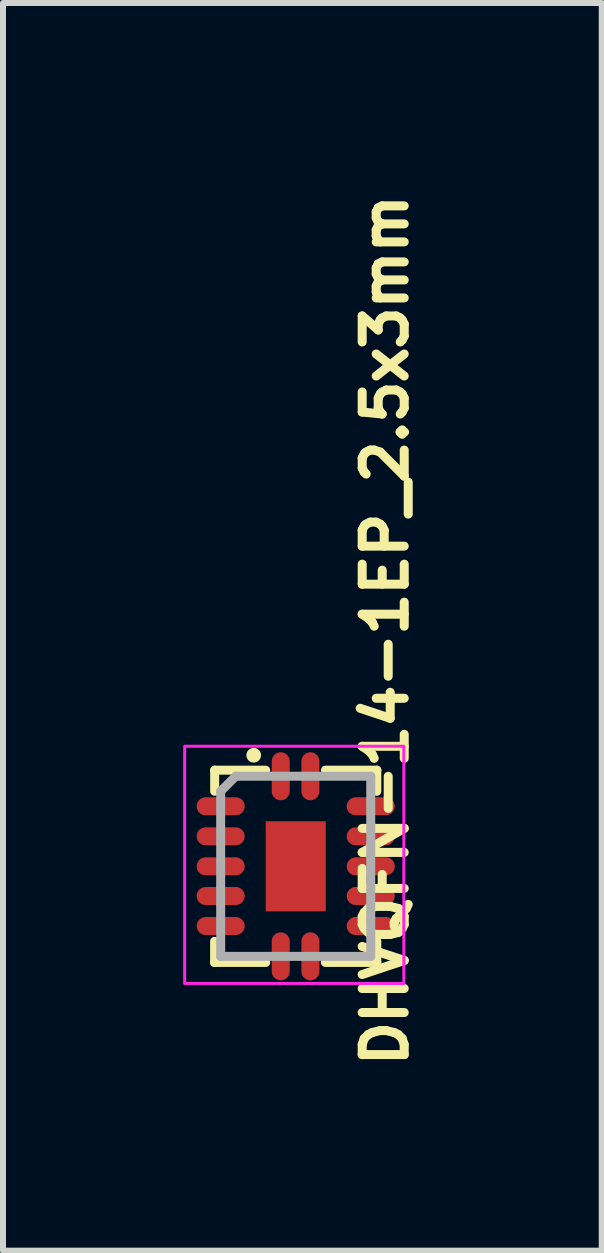
<source format=kicad_pcb>
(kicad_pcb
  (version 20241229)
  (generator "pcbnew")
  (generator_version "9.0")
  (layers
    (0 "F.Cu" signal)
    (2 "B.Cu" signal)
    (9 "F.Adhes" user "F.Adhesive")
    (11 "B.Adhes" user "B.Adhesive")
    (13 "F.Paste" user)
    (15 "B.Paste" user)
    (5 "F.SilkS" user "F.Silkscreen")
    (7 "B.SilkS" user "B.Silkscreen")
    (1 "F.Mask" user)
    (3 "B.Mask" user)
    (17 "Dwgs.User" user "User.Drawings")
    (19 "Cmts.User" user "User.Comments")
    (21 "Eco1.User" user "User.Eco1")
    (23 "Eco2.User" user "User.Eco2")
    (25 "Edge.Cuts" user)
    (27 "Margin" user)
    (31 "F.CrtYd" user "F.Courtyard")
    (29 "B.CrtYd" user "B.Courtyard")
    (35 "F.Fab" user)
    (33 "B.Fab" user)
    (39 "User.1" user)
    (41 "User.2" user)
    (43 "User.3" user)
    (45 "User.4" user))
  (footprint "DHVQFN-14-1EP_2.5x3mm"
    (layer "F.Cu")
    (at 1.875 11.377)
    (property "Reference" "DHVQFN-14-1EP_2.5x3mm" (at 1.9 3.4 90) (layer "F.SilkS") (effects (font (size 0.7 0.7) (thickness 0.15)) (justify left bottom)))
    (attr smd)
    (fp_line (start -1.351 -1.601) (end -0.5 -1.601) (stroke (width 0.15) (type solid)) (layer "F.SilkS"))
    (fp_line (start -1.351 1.6) (end -1.351 1.249) (stroke (width 0.15) (type solid)) (layer "F.SilkS"))
    (fp_line (start -1.351 1.6) (end -0.5 1.6) (stroke (width 0.15) (type solid)) (layer "F.SilkS"))
    (fp_line (start -1.35 -1.601) (end -1.35 -1.25) (stroke (width 0.15) (type solid)) (layer "F.SilkS"))
    (fp_line (start 0.494 1.6) (end 1.35 1.6) (stroke (width 0.15) (type solid)) (layer "F.SilkS"))
    (fp_line (start 1.35 -1.601) (end 0.494 -1.601) (stroke (width 0.15) (type solid)) (layer "F.SilkS"))
    (fp_line (start 1.35 -1.601) (end 1.35 -1.25) (stroke (width 0.15) (type solid)) (layer "F.SilkS"))
    (fp_line (start 1.35 1.6) (end 1.35 1.249) (stroke (width 0.15) (type solid)) (layer "F.SilkS"))
    (fp_circle (center -0.7 -1.85) (end -0.653 -1.85) (stroke (width 0.15) (type solid)) (fill yes) (layer "F.SilkS"))
    (fp_rect (start -1.85 -2) (end 1.8 1.95) (stroke (width 0.05) (type solid)) (fill no) (layer "F.CrtYd"))
    (fp_line (start -1.25 -1.25) (end -1 -1.5) (stroke (width 0.15) (type solid)) (layer "F.Fab"))
    (fp_line (start -1.25 1.499) (end -1.25 -1.25) (stroke (width 0.15) (type solid)) (layer "F.Fab"))
    (fp_line (start -1 -1.5) (end 1.249 -1.5) (stroke (width 0.15) (type solid)) (layer "F.Fab"))
    (fp_line (start 1.249 -1.5) (end 1.249 1.499) (stroke (width 0.15) (type solid)) (layer "F.Fab"))
    (fp_line (start 1.249 1.499) (end -1.25 1.499) (stroke (width 0.15) (type solid)) (layer "F.Fab"))
    (fp_rect (start -1.252 -1.502) (end 1.249 1.499) (stroke (width 0.1) (type solid)) (fill no) (layer "User.5"))
    (fp_line (start -1.252 -1.125) (end -1.25 -1.125) (stroke (width 0.02) (type solid)) (layer "User.9"))
    (fp_line (start -1.252 -0.875) (end -1.252 -1.125) (stroke (width 0.02) (type solid)) (layer "User.9"))
    (fp_line (start -1.252 -0.625) (end -1.25 -0.625) (stroke (width 0.02) (type solid)) (layer "User.9"))
    (fp_line (start -1.252 -0.375) (end -1.252 -0.625) (stroke (width 0.02) (type solid)) (layer "User.9"))
    (fp_line (start -1.252 -0.125) (end -1.25 -0.125) (stroke (width 0.02) (type solid)) (layer "User.9"))
    (fp_line (start -1.252 0.123) (end -1.252 -0.125) (stroke (width 0.02) (type solid)) (layer "User.9"))
    (fp_line (start -1.252 0.373) (end -1.25 0.373) (stroke (width 0.02) (type solid)) (layer "User.9"))
    (fp_line (start -1.252 0.623) (end -1.252 0.373) (stroke (width 0.02) (type solid)) (layer "User.9"))
    (fp_line (start -1.252 0.873) (end -1.25 0.873) (stroke (width 0.02) (type solid)) (layer "User.9"))
    (fp_line (start -1.252 1.124) (end -1.252 0.873) (stroke (width 0.02) (type solid)) (layer "User.9"))
    (fp_line (start -1.25 -1.5) (end -1.25 1.499) (stroke (width 0.02) (type solid)) (layer "User.9"))
    (fp_line (start -1.25 -0.875) (end -1.252 -0.875) (stroke (width 0.02) (type solid)) (layer "User.9"))
    (fp_line (start -1.25 -0.375) (end -1.252 -0.375) (stroke (width 0.02) (type solid)) (layer "User.9"))
    (fp_line (start -1.25 0.123) (end -1.252 0.123) (stroke (width 0.02) (type solid)) (layer "User.9"))
    (fp_line (start -1.25 0.623) (end -1.252 0.623) (stroke (width 0.02) (type solid)) (layer "User.9"))
    (fp_line (start -1.25 1.124) (end -1.252 1.124) (stroke (width 0.02) (type solid)) (layer "User.9"))
    (fp_line (start -1.25 1.499) (end 1.249 1.499) (stroke (width 0.02) (type solid)) (layer "User.9"))
    (fp_line (start -0.375 -1.502) (end -0.125 -1.502) (stroke (width 0.02) (type solid)) (layer "User.9"))
    (fp_line (start -0.375 -1.5) (end -0.375 -1.502) (stroke (width 0.02) (type solid)) (layer "User.9"))
    (fp_line (start -0.375 1.499) (end -0.375 1.499) (stroke (width 0.02) (type solid)) (layer "User.9"))
    (fp_line (start -0.125 -1.502) (end -0.125 -1.5) (stroke (width 0.02) (type solid)) (layer "User.9"))
    (fp_line (start -0.125 1.499) (end -0.375 1.499) (stroke (width 0.02) (type solid)) (layer "User.9"))
    (fp_line (start -0.125 1.499) (end -0.125 1.499) (stroke (width 0.02) (type solid)) (layer "User.9"))
    (fp_line (start 0.123 -1.502) (end 0.373 -1.502) (stroke (width 0.02) (type solid)) (layer "User.9"))
    (fp_line (start 0.123 -1.5) (end 0.123 -1.502) (stroke (width 0.02) (type solid)) (layer "User.9"))
    (fp_line (start 0.123 1.499) (end 0.123 1.499) (stroke (width 0.02) (type solid)) (layer "User.9"))
    (fp_line (start 0.373 -1.502) (end 0.373 -1.5) (stroke (width 0.02) (type solid)) (layer "User.9"))
    (fp_line (start 0.373 1.499) (end 0.123 1.499) (stroke (width 0.02) (type solid)) (layer "User.9"))
    (fp_line (start 0.373 1.499) (end 0.373 1.499) (stroke (width 0.02) (type solid)) (layer "User.9"))
    (fp_line (start 1.249 -1.5) (end -1.25 -1.5) (stroke (width 0.02) (type solid)) (layer "User.9"))
    (fp_line (start 1.249 -1.125) (end 1.249 -1.125) (stroke (width 0.02) (type solid)) (layer "User.9"))
    (fp_line (start 1.249 -1.125) (end 1.249 -0.875) (stroke (width 0.02) (type solid)) (layer "User.9"))
    (fp_line (start 1.249 -0.875) (end 1.249 -0.875) (stroke (width 0.02) (type solid)) (layer "User.9"))
    (fp_line (start 1.249 -0.625) (end 1.249 -0.625) (stroke (width 0.02) (type solid)) (layer "User.9"))
    (fp_line (start 1.249 -0.625) (end 1.249 -0.375) (stroke (width 0.02) (type solid)) (layer "User.9"))
    (fp_line (start 1.249 -0.375) (end 1.249 -0.375) (stroke (width 0.02) (type solid)) (layer "User.9"))
    (fp_line (start 1.249 -0.125) (end 1.249 -0.125) (stroke (width 0.02) (type solid)) (layer "User.9"))
    (fp_line (start 1.249 -0.125) (end 1.249 0.123) (stroke (width 0.02) (type solid)) (layer "User.9"))
    (fp_line (start 1.249 0.123) (end 1.249 0.123) (stroke (width 0.02) (type solid)) (layer "User.9"))
    (fp_line (start 1.249 0.373) (end 1.249 0.373) (stroke (width 0.02) (type solid)) (layer "User.9"))
    (fp_line (start 1.249 0.373) (end 1.249 0.623) (stroke (width 0.02) (type solid)) (layer "User.9"))
    (fp_line (start 1.249 0.623) (end 1.249 0.623) (stroke (width 0.02) (type solid)) (layer "User.9"))
    (fp_line (start 1.249 0.873) (end 1.249 0.873) (stroke (width 0.02) (type solid)) (layer "User.9"))
    (fp_line (start 1.249 0.873) (end 1.249 1.124) (stroke (width 0.02) (type solid)) (layer "User.9"))
    (fp_line (start 1.249 1.124) (end 1.249 1.124) (stroke (width 0.02) (type solid)) (layer "User.9"))
    (fp_line (start 1.249 1.499) (end 1.249 -1.5) (stroke (width 0.02) (type solid)) (layer "User.9"))
    (fp_circle (center -1 -1.25) (end -0.9 -1.25) (stroke (width 0.02) (type solid)) (fill no) (layer "User.9"))
    (pad "1" smd oval (at -0.25 -1.5) (size 0.3 0.8) (layers "F.Cu" "F.Mask" "F.Paste"))
    (pad "2" smd oval (at -1.25 -1 90) (size 0.3 0.8) (layers "F.Cu" "F.Mask" "F.Paste"))
    (pad "3" smd oval (at -1.25 -0.5 90) (size 0.3 0.8) (layers "F.Cu" "F.Mask" "F.Paste"))
    (pad "4" smd oval (at -1.25 0 90) (size 0.3 0.8) (layers "F.Cu" "F.Mask" "F.Paste"))
    (pad "5" smd oval (at -1.25 0.494 90) (size 0.3 0.8) (layers "F.Cu" "F.Mask" "F.Paste"))
    (pad "6" smd oval (at -1.25 0.994 90) (size 0.3 0.8) (layers "F.Cu" "F.Mask" "F.Paste"))
    (pad "7" smd oval (at -0.25 1.499) (size 0.3 0.8) (layers "F.Cu" "F.Mask" "F.Paste"))
    (pad "8" smd oval (at 0.244 1.499) (size 0.3 0.8) (layers "F.Cu" "F.Mask" "F.Paste"))
    (pad "9" smd oval (at 1.249 0.994 90) (size 0.3 0.8) (layers "F.Cu" "F.Mask" "F.Paste"))
    (pad "10" smd oval (at 1.249 0.494 90) (size 0.3 0.8) (layers "F.Cu" "F.Mask" "F.Paste"))
    (pad "11" smd oval (at 1.249 0 90) (size 0.3 0.8) (layers "F.Cu" "F.Mask" "F.Paste"))
    (pad "12" smd oval (at 1.249 -0.5 90) (size 0.3 0.8) (layers "F.Cu" "F.Mask" "F.Paste"))
    (pad "13" smd oval (at 1.249 -1 90) (size 0.3 0.8) (layers "F.Cu" "F.Mask" "F.Paste"))
    (pad "14" smd oval (at 0.244 -1.5) (size 0.3 0.8) (layers "F.Cu" "F.Mask" "F.Paste"))
    (pad "15" smd rect (at 0 0) (size 1 1.5) (layers "F.Cu" "F.Mask" "F.Paste")))
  (gr_rect
    (start -3 -3)
    (end 6.971 17.777)
    (stroke (width 0.1) (type default))
    (fill no)
    (layer "Edge.Cuts")))
</source>
